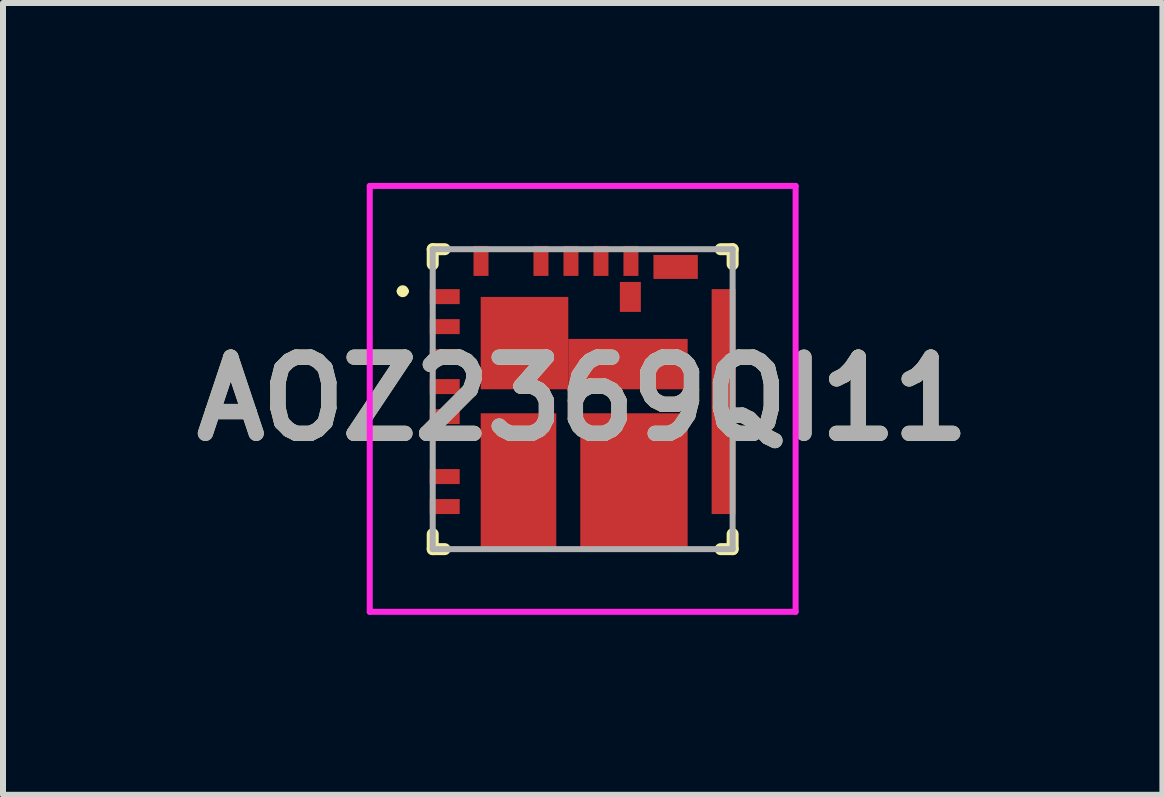
<source format=kicad_pcb>
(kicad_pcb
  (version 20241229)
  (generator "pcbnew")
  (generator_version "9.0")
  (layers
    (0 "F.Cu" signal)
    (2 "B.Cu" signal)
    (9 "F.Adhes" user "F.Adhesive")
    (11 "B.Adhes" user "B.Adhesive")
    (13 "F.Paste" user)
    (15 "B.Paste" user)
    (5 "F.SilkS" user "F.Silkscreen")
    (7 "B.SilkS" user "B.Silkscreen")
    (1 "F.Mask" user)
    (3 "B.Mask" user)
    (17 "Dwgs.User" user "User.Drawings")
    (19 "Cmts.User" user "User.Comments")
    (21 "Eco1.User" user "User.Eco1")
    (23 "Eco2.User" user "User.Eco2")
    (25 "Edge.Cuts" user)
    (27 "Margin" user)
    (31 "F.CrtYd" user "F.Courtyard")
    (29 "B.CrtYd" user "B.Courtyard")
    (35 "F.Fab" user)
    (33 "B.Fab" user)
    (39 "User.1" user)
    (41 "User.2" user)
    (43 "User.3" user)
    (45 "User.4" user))
  (footprint "AOZ2369QI11"
    (layer "F.Cu")
    (at 6.714 3.605)
    (property "Reference" "AOZ2369QI11" (at -0.05 -0.005 0) (layer "F.SilkS") (effects (font (size 1.27 1.27) (thickness 0.254))))
    (attr smd)
    (fp_line (start -3.1 -1.8) (end -3.1 -1.8) (stroke (width 0.1) (type solid)) (layer "F.SilkS"))
    (fp_line (start -3 -1.8) (end -3 -1.8) (stroke (width 0.1) (type solid)) (layer "F.SilkS"))
    (fp_line (start -2.55 -2.5) (end -2.35 -2.5) (stroke (width 0.2) (type solid)) (layer "F.SilkS"))
    (fp_line (start -2.55 -2.25) (end -2.55 -2.5) (stroke (width 0.2) (type solid)) (layer "F.SilkS"))
    (fp_line (start -2.55 2.25) (end -2.55 2.5) (stroke (width 0.2) (type solid)) (layer "F.SilkS"))
    (fp_line (start -2.55 2.5) (end -2.35 2.5) (stroke (width 0.2) (type solid)) (layer "F.SilkS"))
    (fp_line (start 2.25 -2.5) (end 2.45 -2.5) (stroke (width 0.2) (type solid)) (layer "F.SilkS"))
    (fp_line (start 2.25 2.5) (end 2.45 2.5) (stroke (width 0.2) (type solid)) (layer "F.SilkS"))
    (fp_line (start 2.45 -2.5) (end 2.45 -2.25) (stroke (width 0.2) (type solid)) (layer "F.SilkS"))
    (fp_line (start 2.45 2.5) (end 2.45 2.25) (stroke (width 0.2) (type solid)) (layer "F.SilkS"))
    (fp_arc (start -3.1 -1.8) (mid -3.05 -1.85) (end -3 -1.8) (stroke (width 0.1) (type solid)) (layer "F.SilkS"))
    (fp_arc (start -3 -1.8) (mid -3.05 -1.75) (end -3.1 -1.8) (stroke (width 0.1) (type solid)) (layer "F.SilkS"))
    (fp_line (start -3.6 -3.555) (end 3.5 -3.555) (stroke (width 0.1) (type solid)) (layer "F.CrtYd"))
    (fp_line (start -3.6 3.545) (end -3.6 -3.555) (stroke (width 0.1) (type solid)) (layer "F.CrtYd"))
    (fp_line (start 3.5 -3.555) (end 3.5 3.545) (stroke (width 0.1) (type solid)) (layer "F.CrtYd"))
    (fp_line (start 3.5 3.545) (end -3.6 3.545) (stroke (width 0.1) (type solid)) (layer "F.CrtYd"))
    (fp_line (start -2.55 -2.5) (end 2.45 -2.5) (stroke (width 0.1) (type solid)) (layer "F.Fab"))
    (fp_line (start -2.55 2.5) (end -2.55 -2.5) (stroke (width 0.1) (type solid)) (layer "F.Fab"))
    (fp_line (start 2.45 -2.5) (end 2.45 2.5) (stroke (width 0.1) (type solid)) (layer "F.Fab"))
    (fp_line (start 2.45 2.5) (end -2.55 2.5) (stroke (width 0.1) (type solid)) (layer "F.Fab"))
    (fp_text user "${REFERENCE}" (at -0.05 -0.005 0) (layer "F.Fab") (effects (font (size 1.27 1.27) (thickness 0.254))))
    (pad "1" smd rect (at -2.35 -1.71 90) (size 0.25 0.5) (layers "F.Cu" "F.Mask" "F.Paste"))
    (pad "2" smd rect (at -2.35 -1.21 90) (size 0.25 0.5) (layers "F.Cu" "F.Mask" "F.Paste"))
    (pad "3" smd rect (at -2.35 -0.71 90) (size 0.25 0.5) (layers "F.Cu" "F.Mask" "F.Paste"))
    (pad "4" smd rect (at -2.35 -0.21 90) (size 0.25 0.5) (layers "F.Cu" "F.Mask" "F.Paste"))
    (pad "5" smd rect (at -2.35 0.29 90) (size 0.25 0.5) (layers "F.Cu" "F.Mask" "F.Paste"))
    (pad "6" smd rect (at -2.35 1.79 90) (size 0.25 0.5) (layers "F.Cu" "F.Mask" "F.Paste"))
    (pad "7" smd rect (at -2.35 1.29 90) (size 0.25 0.5) (layers "F.Cu" "F.Mask" "F.Paste"))
    (pad "8" smd rect (at -1.12 1.39) (size 1.26 2.31) (layers "F.Cu" "F.Mask" "F.Paste"))
    (pad "11" smd rect (at 0.805 1.39) (size 1.79 2.31) (layers "F.Cu" "F.Mask" "F.Paste"))
    (pad "12" smd rect (at 0.705 -0.585 90) (size 0.84 1.99) (layers "F.Cu" "F.Mask" "F.Paste"))
    (pad "13" smd rect (at -1.02 -0.935) (size 1.46 1.54) (layers "F.Cu" "F.Mask" "F.Paste"))
    (pad "14" smd rect (at 2.3 0.04) (size 0.4 3.75) (layers "F.Cu" "F.Mask" "F.Paste"))
    (pad "22" smd rect (at 1.5 -2.205 90) (size 0.4 0.74) (layers "F.Cu" "F.Mask" "F.Paste"))
    (pad "24" smd rect (at 0.755 -2.305) (size 0.25 0.5) (layers "F.Cu" "F.Mask" "F.Paste"))
    (pad "25" smd rect (at 0.255 -2.305) (size 0.25 0.5) (layers "F.Cu" "F.Mask" "F.Paste"))
    (pad "26" smd rect (at -0.245 -2.305) (size 0.25 0.5) (layers "F.Cu" "F.Mask" "F.Paste"))
    (pad "27" smd rect (at -0.745 -2.305) (size 0.25 0.5) (layers "F.Cu" "F.Mask" "F.Paste"))
    (pad "28" smd rect (at -1.745 -2.305) (size 0.25 0.5) (layers "F.Cu" "F.Mask" "F.Paste"))
    (pad "29" smd rect (at 0.745 -1.705) (size 0.35 0.5) (layers "F.Cu" "F.Mask" "F.Paste")))
  (gr_rect
    (start -3 -3)
    (end 16.329 10.2)
    (stroke (width 0.1) (type default))
    (fill no)
    (layer "Edge.Cuts")))
</source>
